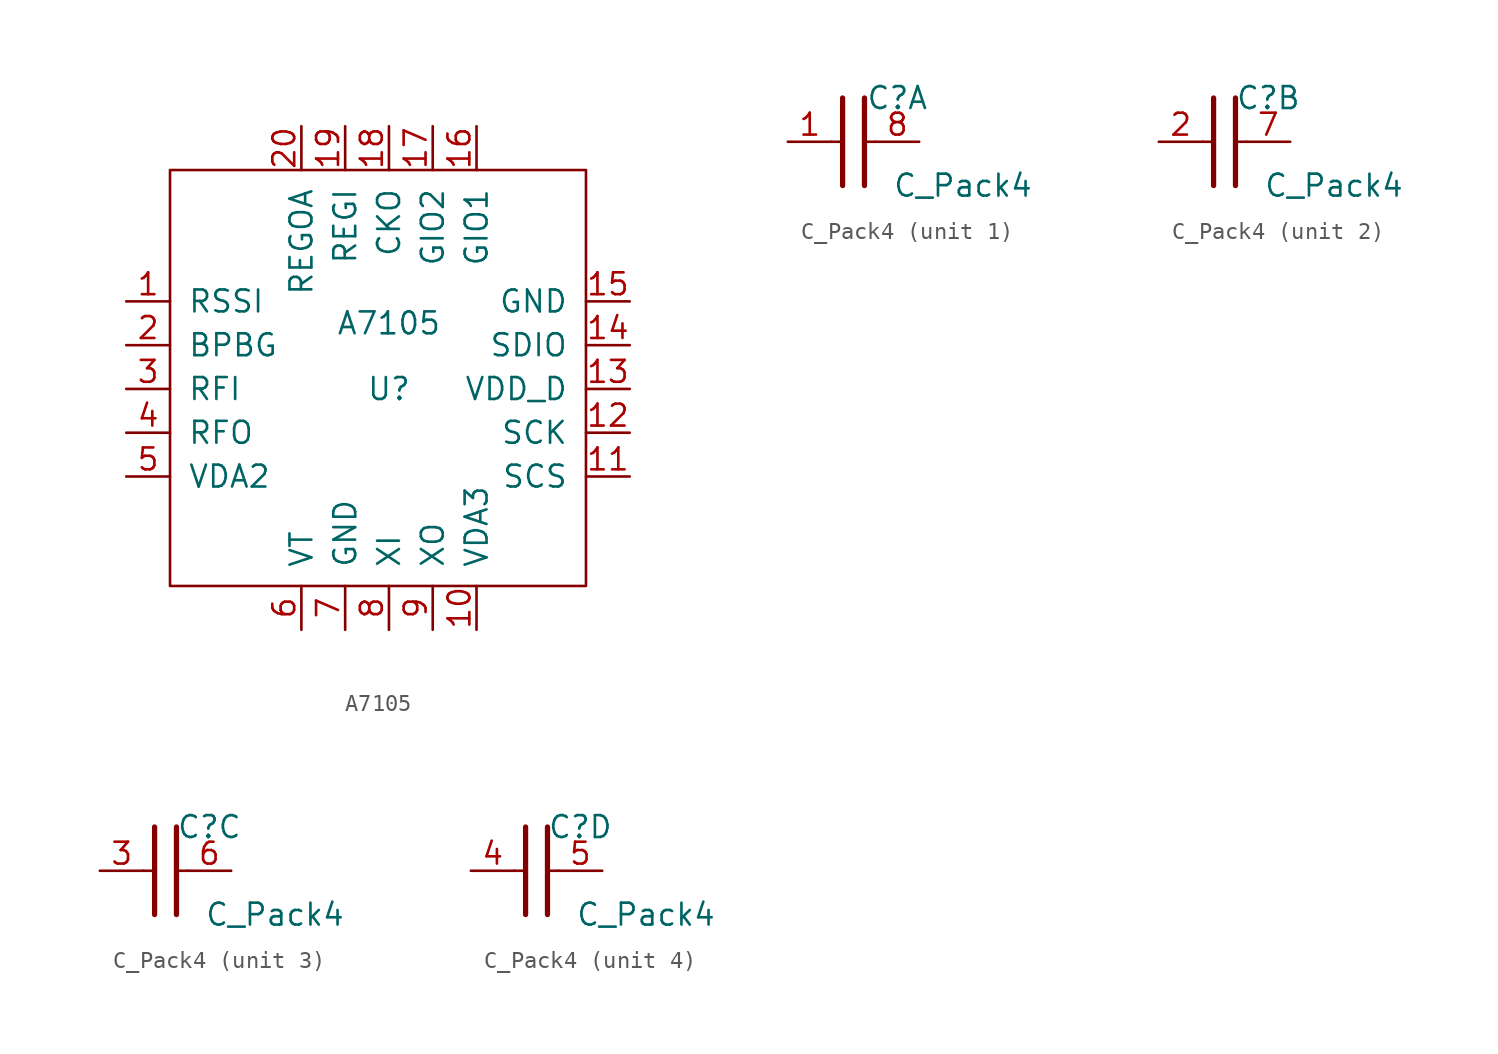
<source format=kicad_sym>
(kicad_symbol_lib
  (version 20220914)
  (generator kicad_symbol_editor)
  (symbol "A7105"
    (pin_names
      (offset 1.016))
    (property "Reference" "U"
      (at 0 0 0)
      (effects (font (size 1.27 1.27))))
    (property "Value" "A7105"
      (at 0 3.81 0)
      (effects (font (size 1.27 1.27))))
    (symbol "A7105_0_1"
      (rectangle (start -12.7 12.7) (end 11.43 -11.43) (stroke (width 0) (type solid)) (fill (type none))))
    (symbol "A7105_1_1"
      (pin passive line (at -15.24 5.08 0) (length 2.54) (name "RSSI" (effects (font (size 1.27 1.27)))) (number "1" (effects (font (size 1.27 1.27)))))
      (pin passive line (at 5.08 -13.97 90) (length 2.54) (name "VDA3" (effects (font (size 1.27 1.27)))) (number "10" (effects (font (size 1.27 1.27)))))
      (pin input line (at 13.97 -5.08 180) (length 2.54) (name "SCS" (effects (font (size 1.27 1.27)))) (number "11" (effects (font (size 1.27 1.27)))))
      (pin input line (at 13.97 -2.54 180) (length 2.54) (name "SCK" (effects (font (size 1.27 1.27)))) (number "12" (effects (font (size 1.27 1.27)))))
      (pin passive line (at 13.97 0 180) (length 2.54) (name "VDD_D" (effects (font (size 1.27 1.27)))) (number "13" (effects (font (size 1.27 1.27)))))
      (pin bidirectional line (at 13.97 2.54 180) (length 2.54) (name "SDIO" (effects (font (size 1.27 1.27)))) (number "14" (effects (font (size 1.27 1.27)))))
      (pin power_in line (at 13.97 5.08 180) (length 2.54) (name "GND" (effects (font (size 1.27 1.27)))) (number "15" (effects (font (size 1.27 1.27)))))
      (pin bidirectional line (at 5.08 15.24 270) (length 2.54) (name "GIO1" (effects (font (size 1.27 1.27)))) (number "16" (effects (font (size 1.27 1.27)))))
      (pin bidirectional line (at 2.54 15.24 270) (length 2.54) (name "GIO2" (effects (font (size 1.27 1.27)))) (number "17" (effects (font (size 1.27 1.27)))))
      (pin output line (at 0 15.24 270) (length 2.54) (name "CKO" (effects (font (size 1.27 1.27)))) (number "18" (effects (font (size 1.27 1.27)))))
      (pin power_in line (at -2.54 15.24 270) (length 2.54) (name "REGI" (effects (font (size 1.27 1.27)))) (number "19" (effects (font (size 1.27 1.27)))))
      (pin passive line (at -15.24 2.54 0) (length 2.54) (name "BPBG" (effects (font (size 1.27 1.27)))) (number "2" (effects (font (size 1.27 1.27)))))
      (pin passive line (at -5.08 15.24 270) (length 2.54) (name "REGOA" (effects (font (size 1.27 1.27)))) (number "20" (effects (font (size 1.27 1.27)))))
      (pin power_in line (at 8.89 -13.97 90) (length 2.54) hide (name "GND" (effects (font (size 1.27 1.27)))) (number "21" (effects (font (size 1.27 1.27)))))
      (pin passive line (at -15.24 0 0) (length 2.54) (name "RFI" (effects (font (size 1.27 1.27)))) (number "3" (effects (font (size 1.27 1.27)))))
      (pin passive line (at -15.24 -2.54 0) (length 2.54) (name "RFO" (effects (font (size 1.27 1.27)))) (number "4" (effects (font (size 1.27 1.27)))))
      (pin passive line (at -15.24 -5.08 0) (length 2.54) (name "VDA2" (effects (font (size 1.27 1.27)))) (number "5" (effects (font (size 1.27 1.27)))))
      (pin passive line (at -5.08 -13.97 90) (length 2.54) (name "VT" (effects (font (size 1.27 1.27)))) (number "6" (effects (font (size 1.27 1.27)))))
      (pin power_in line (at -2.54 -13.97 90) (length 2.54) (name "GND" (effects (font (size 1.27 1.27)))) (number "7" (effects (font (size 1.27 1.27)))))
      (pin passive line (at 0 -13.97 90) (length 2.54) (name "XI" (effects (font (size 1.27 1.27)))) (number "8" (effects (font (size 1.27 1.27)))))
      (pin passive line (at 2.54 -13.97 90) (length 2.54) (name "XO" (effects (font (size 1.27 1.27)))) (number "9" (effects (font (size 1.27 1.27)))))))
  (symbol "C_Pack4"
    (pin_names
      (offset 0))
    (property "Reference" "C"
      (at 2.54 2.54 0)
      (effects (font (size 1.27 1.27))))
    (property "Value" "C_Pack4"
      (at 6.35 -2.54 0)
      (effects (font (size 1.27 1.27))))
    (symbol "C_Pack4_0_1"
      (polyline (pts (xy -1.27 0) (xy -0.635 0)) (stroke (width 0.152) (type solid)) (fill (type none)))
      (polyline (pts (xy -0.635 2.54) (xy -0.635 -2.54)) (stroke (width 0.305) (type solid)) (fill (type none)))
      (polyline (pts (xy 0.635 0) (xy 1.27 0)) (stroke (width 0.152) (type solid)) (fill (type none)))
      (polyline (pts (xy 0.635 2.54) (xy 0.635 -2.54)) (stroke (width 0.305) (type solid)) (fill (type none))))
    (symbol "C_Pack4_1_1"
      (pin passive line (at -3.81 0 0) (length 2.54) (name "~" (effects (font (size 1.27 1.27)))) (number "1" (effects (font (size 1.27 1.27)))))
      (pin passive line (at 3.81 0 180) (length 2.54) (name "~" (effects (font (size 1.27 1.27)))) (number "8" (effects (font (size 1.27 1.27))))))
    (symbol "C_Pack4_2_1"
      (pin passive line (at -3.81 0 0) (length 2.54) (name "~" (effects (font (size 1.27 1.27)))) (number "2" (effects (font (size 1.27 1.27)))))
      (pin passive line (at 3.81 0 180) (length 2.54) (name "~" (effects (font (size 1.27 1.27)))) (number "7" (effects (font (size 1.27 1.27))))))
    (symbol "C_Pack4_3_1"
      (pin passive line (at -3.81 0 0) (length 2.54) (name "~" (effects (font (size 1.27 1.27)))) (number "3" (effects (font (size 1.27 1.27)))))
      (pin passive line (at 3.81 0 180) (length 2.54) (name "~" (effects (font (size 1.27 1.27)))) (number "6" (effects (font (size 1.27 1.27))))))
    (symbol "C_Pack4_4_1"
      (pin passive line (at -3.81 0 0) (length 2.54) (name "~" (effects (font (size 1.27 1.27)))) (number "4" (effects (font (size 1.27 1.27)))))
      (pin passive line (at 3.81 0 180) (length 2.54) (name "~" (effects (font (size 1.27 1.27)))) (number "5" (effects (font (size 1.27 1.27))))))))
</source>
